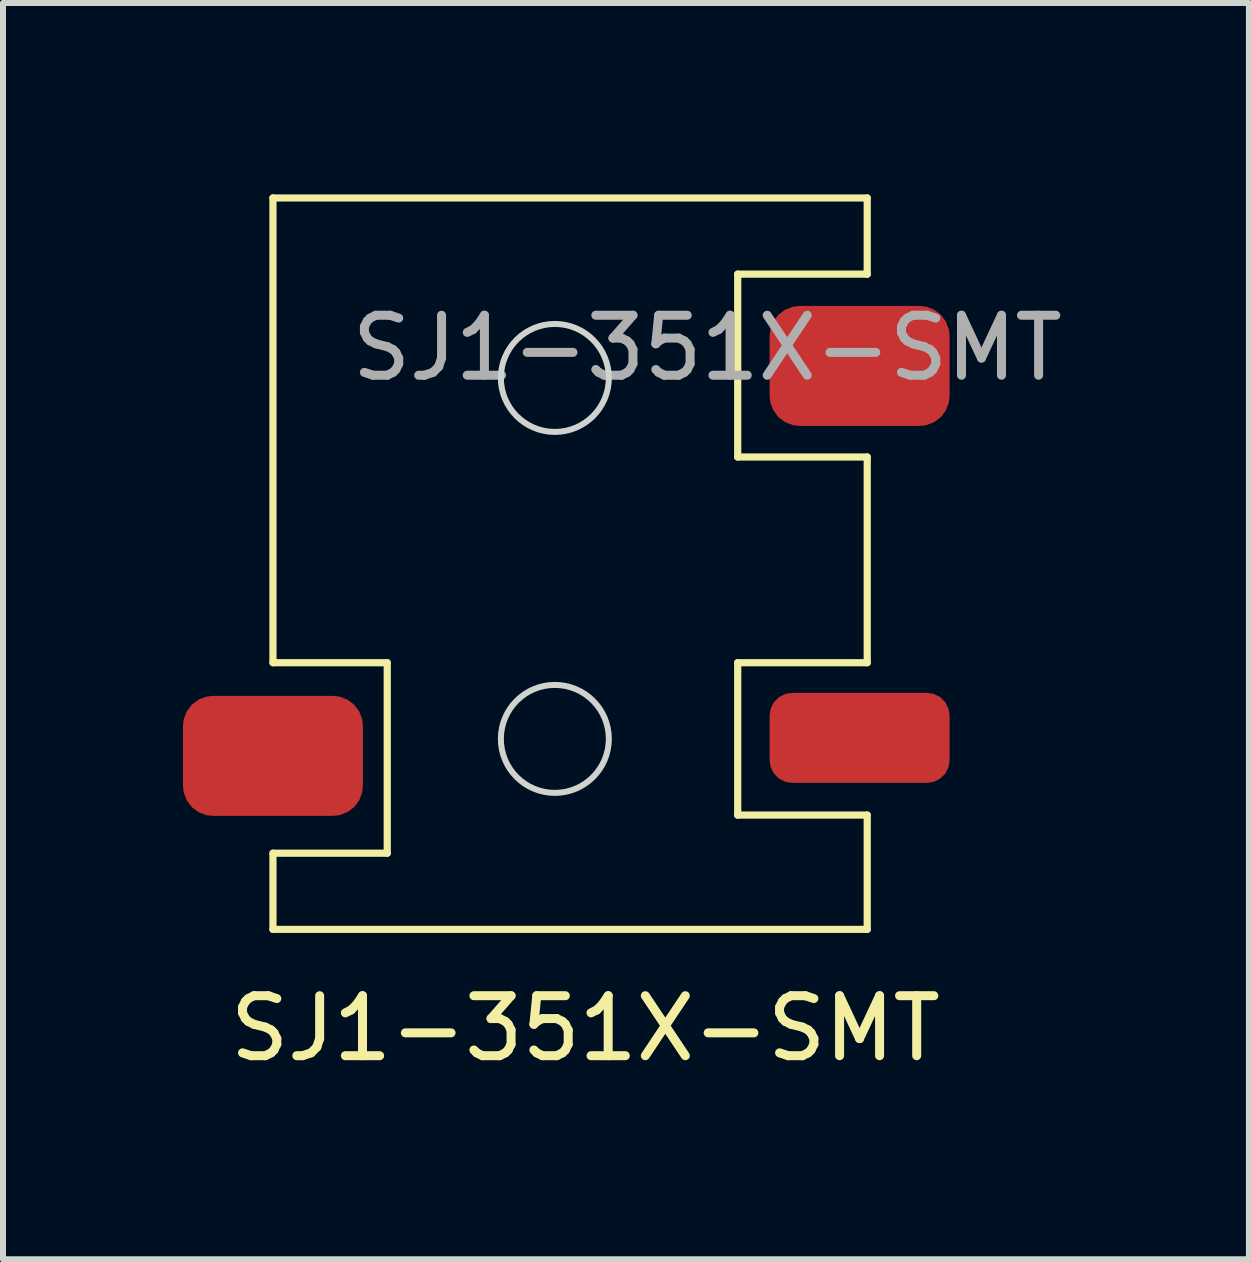
<source format=kicad_pcb>
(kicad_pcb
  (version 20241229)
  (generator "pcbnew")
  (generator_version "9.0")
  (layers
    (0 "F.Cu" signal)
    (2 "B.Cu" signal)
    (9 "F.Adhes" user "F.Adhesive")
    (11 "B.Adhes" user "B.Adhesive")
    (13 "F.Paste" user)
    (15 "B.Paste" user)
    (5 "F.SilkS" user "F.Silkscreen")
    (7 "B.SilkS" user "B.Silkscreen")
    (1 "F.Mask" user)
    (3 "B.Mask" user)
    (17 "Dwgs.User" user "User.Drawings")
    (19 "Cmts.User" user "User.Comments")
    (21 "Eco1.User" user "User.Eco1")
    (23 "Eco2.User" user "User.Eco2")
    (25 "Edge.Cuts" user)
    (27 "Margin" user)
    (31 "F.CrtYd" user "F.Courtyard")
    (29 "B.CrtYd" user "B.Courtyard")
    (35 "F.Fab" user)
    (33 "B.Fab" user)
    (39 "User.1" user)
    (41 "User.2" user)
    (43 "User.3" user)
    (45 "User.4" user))
  (footprint "SJ1-351X-SMT"
    (layer "F.Cu")
    (at 8.739 0.25)
    (property "Reference" "SJ1-351X-SMT" (at -2.032 13.843 0) (unlocked yes) (layer "F.SilkS") (effects (font (size 1 1) (thickness 0.15))))
    (attr smd)
    (fp_line (start -7.239 0) (end 2.667 0) (stroke (width 0.12) (type default)) (layer "F.SilkS"))
    (fp_line (start -7.239 7.747) (end -7.239 0) (stroke (width 0.12) (type default)) (layer "F.SilkS"))
    (fp_line (start -7.239 10.922) (end -5.334 10.922) (stroke (width 0.12) (type default)) (layer "F.SilkS"))
    (fp_line (start -7.239 12.192) (end -7.239 10.922) (stroke (width 0.12) (type default)) (layer "F.SilkS"))
    (fp_line (start -5.334 7.747) (end -7.239 7.747) (stroke (width 0.12) (type default)) (layer "F.SilkS"))
    (fp_line (start -5.334 10.922) (end -5.334 7.747) (stroke (width 0.12) (type default)) (layer "F.SilkS"))
    (fp_line (start 0.508 1.27) (end 0.508 4.318) (stroke (width 0.12) (type default)) (layer "F.SilkS"))
    (fp_line (start 0.508 4.318) (end 2.667 4.318) (stroke (width 0.12) (type default)) (layer "F.SilkS"))
    (fp_line (start 0.508 7.747) (end 0.508 10.287) (stroke (width 0.12) (type default)) (layer "F.SilkS"))
    (fp_line (start 0.508 10.287) (end 2.667 10.287) (stroke (width 0.12) (type default)) (layer "F.SilkS"))
    (fp_line (start 2.667 0) (end 2.667 1.27) (stroke (width 0.12) (type default)) (layer "F.SilkS"))
    (fp_line (start 2.667 1.27) (end 0.508 1.27) (stroke (width 0.12) (type default)) (layer "F.SilkS"))
    (fp_line (start 2.667 4.318) (end 2.667 7.747) (stroke (width 0.12) (type default)) (layer "F.SilkS"))
    (fp_line (start 2.667 7.747) (end 0.508 7.747) (stroke (width 0.12) (type default)) (layer "F.SilkS"))
    (fp_line (start 2.667 10.287) (end 2.667 12.192) (stroke (width 0.12) (type default)) (layer "F.SilkS"))
    (fp_line (start 2.667 12.192) (end -7.239 12.192) (stroke (width 0.12) (type default)) (layer "F.SilkS"))
    (fp_circle (center -2.54 3) (end -1.64 3) (stroke (width 0.1) (type default)) (fill no) (layer "Edge.Cuts"))
    (fp_circle (center -2.54 9.017) (end -1.64 9.017) (stroke (width 0.1) (type default)) (fill no) (layer "Edge.Cuts"))
    (fp_text user "${REFERENCE}" (at 0 2.5 0) (unlocked yes) (layer "F.Fab") (effects (font (size 1 1) (thickness 0.15))))
    (pad "1" smd roundrect (at 2.54 2.8) (size 3 2) (layers "F.Cu" "F.Mask" "F.Paste") (roundrect_rratio 0.25))
    (pad "2" smd roundrect (at -7.239 9.3) (size 3 2) (layers "F.Cu" "F.Mask" "F.Paste") (roundrect_rratio 0.25))
    (pad "3" smd roundrect (at 2.54 9) (size 3 1.5) (layers "F.Cu" "F.Mask" "F.Paste") (roundrect_rratio 0.25)))
  (gr_rect
    (start -3 -3)
    (end 17.769 17.941)
    (stroke (width 0.1) (type default))
    (fill no)
    (layer "Edge.Cuts")))
</source>
